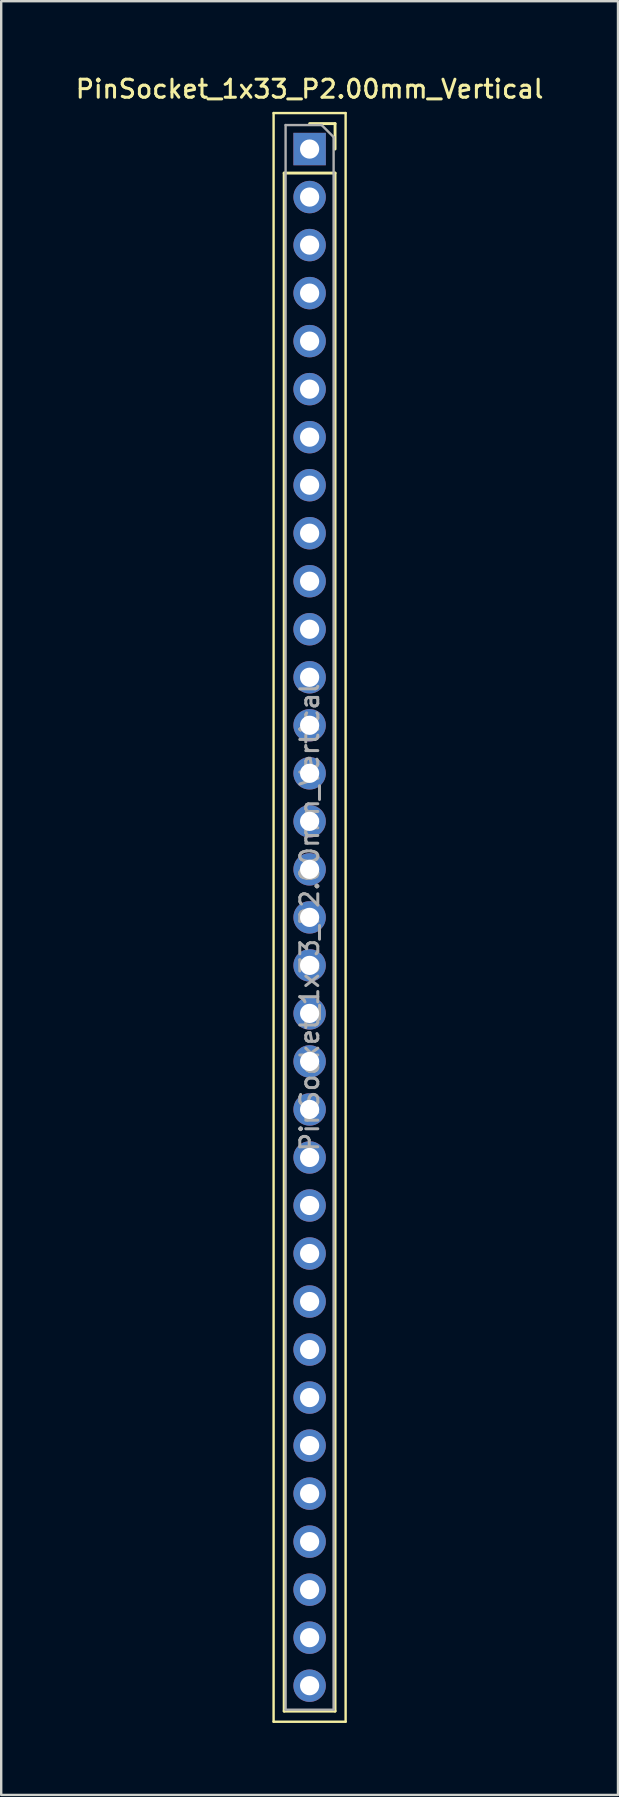
<source format=kicad_pcb>
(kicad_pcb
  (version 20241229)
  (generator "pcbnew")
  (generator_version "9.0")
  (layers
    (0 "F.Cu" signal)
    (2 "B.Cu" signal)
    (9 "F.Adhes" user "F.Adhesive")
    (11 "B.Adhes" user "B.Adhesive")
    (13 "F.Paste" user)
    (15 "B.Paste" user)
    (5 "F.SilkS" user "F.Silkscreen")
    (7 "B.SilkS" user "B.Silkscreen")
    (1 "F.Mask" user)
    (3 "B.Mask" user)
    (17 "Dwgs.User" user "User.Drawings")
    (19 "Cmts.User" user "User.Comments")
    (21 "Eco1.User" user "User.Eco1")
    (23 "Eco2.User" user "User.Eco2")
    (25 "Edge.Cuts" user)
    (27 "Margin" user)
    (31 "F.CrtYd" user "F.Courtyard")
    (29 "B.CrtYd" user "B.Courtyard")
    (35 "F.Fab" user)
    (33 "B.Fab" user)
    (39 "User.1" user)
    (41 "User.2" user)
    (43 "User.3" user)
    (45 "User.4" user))
  (footprint "PinSocket_1x33_P2.00mm_Vertical"
    (layer "F.Cu")
    (at 9.845 3.158)
    (property "Reference" "PinSocket_1x33_P2.00mm_Vertical" (at 0 -2.5 0) (layer "F.SilkS") (effects (font (size 0.75 0.75) (thickness 0.125))))
    (attr through_hole)
    (fp_line (start -1.5 -1.5) (end 1.5 -1.5) (stroke (width 0.1) (type solid)) (layer "F.SilkS"))
    (fp_line (start -1.5 65.5) (end -1.5 -1.5) (stroke (width 0.1) (type solid)) (layer "F.SilkS"))
    (fp_line (start -1.06 1) (end -1.06 65.06) (stroke (width 0.12) (type solid)) (layer "F.SilkS"))
    (fp_line (start -1.06 1) (end 1.06 1) (stroke (width 0.12) (type solid)) (layer "F.SilkS"))
    (fp_line (start -1.06 65.06) (end 1.06 65.06) (stroke (width 0.12) (type solid)) (layer "F.SilkS"))
    (fp_line (start 0 -1.06) (end 1.06 -1.06) (stroke (width 0.12) (type solid)) (layer "F.SilkS"))
    (fp_line (start 1.06 -1.06) (end 1.06 0) (stroke (width 0.12) (type solid)) (layer "F.SilkS"))
    (fp_line (start 1.06 1) (end 1.06 65.06) (stroke (width 0.12) (type solid)) (layer "F.SilkS"))
    (fp_line (start 1.5 -1.5) (end 1.5 65.5) (stroke (width 0.1) (type solid)) (layer "F.SilkS"))
    (fp_line (start 1.5 65.5) (end -1.5 65.5) (stroke (width 0.1) (type solid)) (layer "F.SilkS"))
    (fp_line (start -1 -1) (end 0.5 -1) (stroke (width 0.1) (type solid)) (layer "F.Fab"))
    (fp_line (start -1 65) (end -1 -1) (stroke (width 0.1) (type solid)) (layer "F.Fab"))
    (fp_line (start 0.5 -1) (end 1 -0.5) (stroke (width 0.1) (type solid)) (layer "F.Fab"))
    (fp_line (start 1 -0.5) (end 1 65) (stroke (width 0.1) (type solid)) (layer "F.Fab"))
    (fp_line (start 1 65) (end -1 65) (stroke (width 0.1) (type solid)) (layer "F.Fab"))
    (fp_text user "${REFERENCE}" (at 0 32 90) (layer "F.Fab") (effects (font (size 0.75 0.75) (thickness 0.125))))
    (pad "1" thru_hole rect (at 0 0) (size 1.35 1.35) (drill 0.8) (layers "*.Cu" "*.Mask"))
    (pad "2" thru_hole oval (at 0 2) (size 1.35 1.35) (drill 0.8) (layers "*.Cu" "*.Mask"))
    (pad "3" thru_hole oval (at 0 4) (size 1.35 1.35) (drill 0.8) (layers "*.Cu" "*.Mask"))
    (pad "4" thru_hole oval (at 0 6) (size 1.35 1.35) (drill 0.8) (layers "*.Cu" "*.Mask"))
    (pad "5" thru_hole oval (at 0 8) (size 1.35 1.35) (drill 0.8) (layers "*.Cu" "*.Mask"))
    (pad "6" thru_hole oval (at 0 10) (size 1.35 1.35) (drill 0.8) (layers "*.Cu" "*.Mask"))
    (pad "7" thru_hole oval (at 0 12) (size 1.35 1.35) (drill 0.8) (layers "*.Cu" "*.Mask"))
    (pad "8" thru_hole oval (at 0 14) (size 1.35 1.35) (drill 0.8) (layers "*.Cu" "*.Mask"))
    (pad "9" thru_hole oval (at 0 16) (size 1.35 1.35) (drill 0.8) (layers "*.Cu" "*.Mask"))
    (pad "10" thru_hole oval (at 0 18) (size 1.35 1.35) (drill 0.8) (layers "*.Cu" "*.Mask"))
    (pad "11" thru_hole oval (at 0 20) (size 1.35 1.35) (drill 0.8) (layers "*.Cu" "*.Mask"))
    (pad "12" thru_hole oval (at 0 22) (size 1.35 1.35) (drill 0.8) (layers "*.Cu" "*.Mask"))
    (pad "13" thru_hole oval (at 0 24) (size 1.35 1.35) (drill 0.8) (layers "*.Cu" "*.Mask"))
    (pad "14" thru_hole oval (at 0 26) (size 1.35 1.35) (drill 0.8) (layers "*.Cu" "*.Mask"))
    (pad "15" thru_hole oval (at 0 28) (size 1.35 1.35) (drill 0.8) (layers "*.Cu" "*.Mask"))
    (pad "16" thru_hole oval (at 0 30) (size 1.35 1.35) (drill 0.8) (layers "*.Cu" "*.Mask"))
    (pad "17" thru_hole oval (at 0 32) (size 1.35 1.35) (drill 0.8) (layers "*.Cu" "*.Mask"))
    (pad "18" thru_hole oval (at 0 34) (size 1.35 1.35) (drill 0.8) (layers "*.Cu" "*.Mask"))
    (pad "19" thru_hole oval (at 0 36) (size 1.35 1.35) (drill 0.8) (layers "*.Cu" "*.Mask"))
    (pad "20" thru_hole oval (at 0 38) (size 1.35 1.35) (drill 0.8) (layers "*.Cu" "*.Mask"))
    (pad "21" thru_hole oval (at 0 40) (size 1.35 1.35) (drill 0.8) (layers "*.Cu" "*.Mask"))
    (pad "22" thru_hole oval (at 0 42) (size 1.35 1.35) (drill 0.8) (layers "*.Cu" "*.Mask"))
    (pad "23" thru_hole oval (at 0 44) (size 1.35 1.35) (drill 0.8) (layers "*.Cu" "*.Mask"))
    (pad "24" thru_hole oval (at 0 46) (size 1.35 1.35) (drill 0.8) (layers "*.Cu" "*.Mask"))
    (pad "25" thru_hole oval (at 0 48) (size 1.35 1.35) (drill 0.8) (layers "*.Cu" "*.Mask"))
    (pad "26" thru_hole oval (at 0 50) (size 1.35 1.35) (drill 0.8) (layers "*.Cu" "*.Mask"))
    (pad "27" thru_hole oval (at 0 52) (size 1.35 1.35) (drill 0.8) (layers "*.Cu" "*.Mask"))
    (pad "28" thru_hole oval (at 0 54) (size 1.35 1.35) (drill 0.8) (layers "*.Cu" "*.Mask"))
    (pad "29" thru_hole oval (at 0 56) (size 1.35 1.35) (drill 0.8) (layers "*.Cu" "*.Mask"))
    (pad "30" thru_hole oval (at 0 58) (size 1.35 1.35) (drill 0.8) (layers "*.Cu" "*.Mask"))
    (pad "31" thru_hole oval (at 0 60) (size 1.35 1.35) (drill 0.8) (layers "*.Cu" "*.Mask"))
    (pad "32" thru_hole oval (at 0 62) (size 1.35 1.35) (drill 0.8) (layers "*.Cu" "*.Mask"))
    (pad "33" thru_hole oval (at 0 64) (size 1.35 1.35) (drill 0.8) (layers "*.Cu" "*.Mask")))
  (gr_rect
    (start -3 -3)
    (end 22.689 71.708)
    (stroke (width 0.1) (type default))
    (fill no)
    (layer "Edge.Cuts")))
</source>
